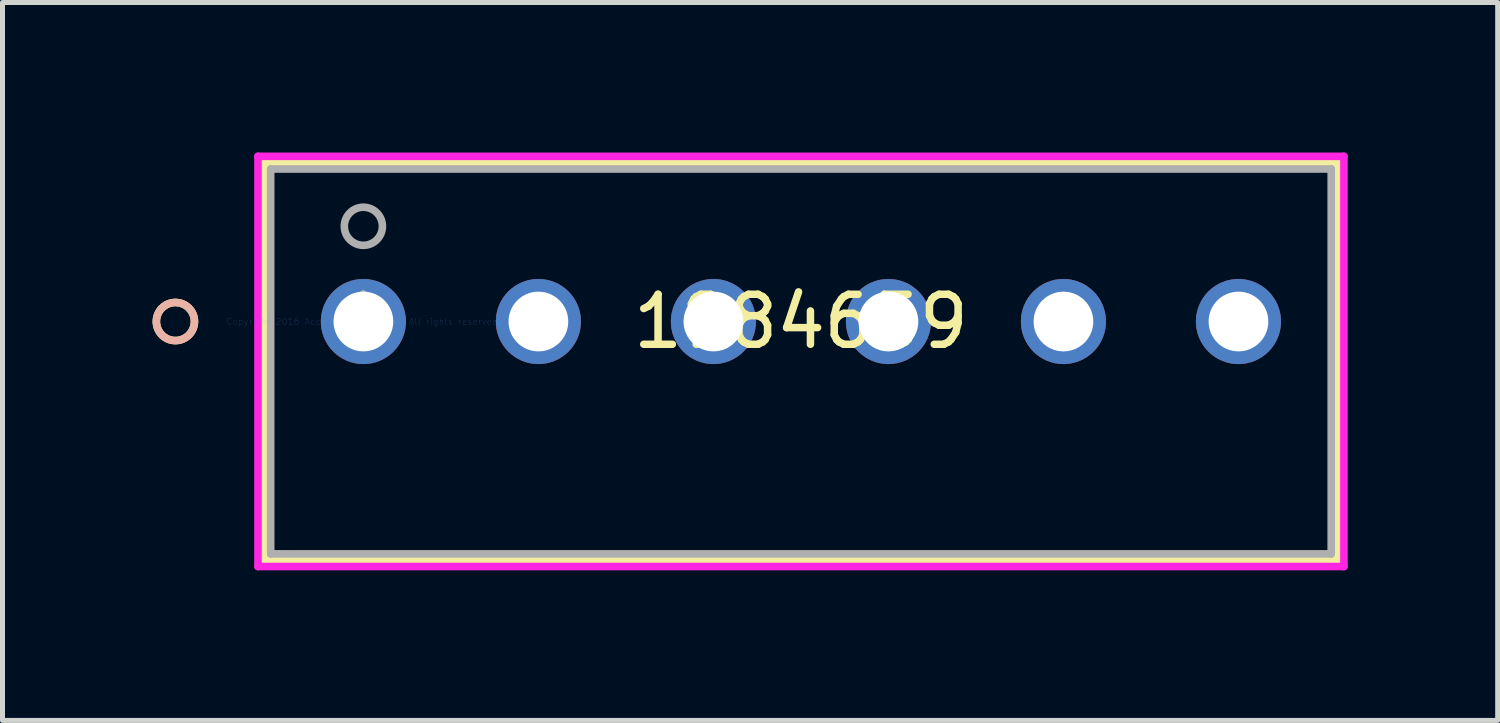
<source format=kicad_pcb>
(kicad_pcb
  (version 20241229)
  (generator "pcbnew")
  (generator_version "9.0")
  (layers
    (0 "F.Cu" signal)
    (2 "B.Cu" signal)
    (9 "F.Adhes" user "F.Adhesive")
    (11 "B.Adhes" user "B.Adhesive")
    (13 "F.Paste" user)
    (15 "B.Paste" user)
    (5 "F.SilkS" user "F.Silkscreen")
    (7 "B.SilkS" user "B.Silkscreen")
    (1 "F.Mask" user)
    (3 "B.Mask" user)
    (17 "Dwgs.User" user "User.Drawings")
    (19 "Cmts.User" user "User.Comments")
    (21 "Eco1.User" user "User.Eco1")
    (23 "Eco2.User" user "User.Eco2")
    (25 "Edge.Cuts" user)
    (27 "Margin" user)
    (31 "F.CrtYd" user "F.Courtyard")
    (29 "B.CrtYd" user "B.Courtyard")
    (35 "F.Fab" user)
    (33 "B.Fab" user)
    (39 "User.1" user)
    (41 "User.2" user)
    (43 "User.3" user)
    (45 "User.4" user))
  (footprint "1984659"
    (layer "F.Cu")
    (at 4.217 3.38)
    (property "Reference" "1984659" (at 8.75 0 0) (layer "F.SilkS") (effects (font (size 1 1) (thickness 0.15))))
    (attr through_hole)
    (fp_line (start -1.981 -3.177) (end -1.981 4.773) (stroke (width 0.152) (type solid)) (layer "F.SilkS"))
    (fp_line (start -1.981 4.773) (end 19.482 4.773) (stroke (width 0.152) (type solid)) (layer "F.SilkS"))
    (fp_line (start 19.482 -3.177) (end -1.981 -3.177) (stroke (width 0.152) (type solid)) (layer "F.SilkS"))
    (fp_line (start 19.482 4.773) (end 19.482 -3.177) (stroke (width 0.152) (type solid)) (layer "F.SilkS"))
    (fp_circle (center -3.759 0) (end -3.378 0) (stroke (width 0.152) (type solid)) (fill no) (layer "F.SilkS"))
    (fp_circle (center -3.759 0) (end -3.378 0) (stroke (width 0.152) (type solid)) (fill no) (layer "B.SilkS"))
    (fp_line (start -2.108 -3.304) (end -2.108 4.9) (stroke (width 0.152) (type solid)) (layer "F.CrtYd"))
    (fp_line (start -2.108 4.9) (end 19.609 4.9) (stroke (width 0.152) (type solid)) (layer "F.CrtYd"))
    (fp_line (start 19.609 -3.304) (end -2.108 -3.304) (stroke (width 0.152) (type solid)) (layer "F.CrtYd"))
    (fp_line (start 19.609 4.9) (end 19.609 -3.304) (stroke (width 0.152) (type solid)) (layer "F.CrtYd"))
    (fp_line (start -1.854 -3.05) (end -1.854 4.646) (stroke (width 0.152) (type solid)) (layer "F.Fab"))
    (fp_line (start -1.854 4.646) (end 19.355 4.646) (stroke (width 0.152) (type solid)) (layer "F.Fab"))
    (fp_line (start 19.355 -3.05) (end -1.854 -3.05) (stroke (width 0.152) (type solid)) (layer "F.Fab"))
    (fp_line (start 19.355 4.646) (end 19.355 -3.05) (stroke (width 0.152) (type solid)) (layer "F.Fab"))
    (fp_circle (center 0 -1.905) (end 0.381 -1.905) (stroke (width 0.152) (type solid)) (fill no) (layer "F.Fab"))
    (fp_text user "*" (at 0 0 0) (layer "F.SilkS") (effects (font (size 1 1) (thickness 0.15))))
    (fp_text user "Copyright 2016 Accelerated Designs. All rights reserved." (at 0 0 0) (layer "Cmts.User") (effects (font (size 0.127 0.127) (thickness 0.002))))
    (fp_text user "*" (at 0 0 0) (layer "F.Fab") (effects (font (size 1 1) (thickness 0.15))))
    (pad "1" thru_hole circle (at 0 0) (size 1.702 1.702) (drill 1.194) (layers "*.Cu" "*.Mask"))
    (pad "2" thru_hole circle (at 3.5 0) (size 1.702 1.702) (drill 1.194) (layers "*.Cu" "*.Mask"))
    (pad "3" thru_hole circle (at 7 0) (size 1.702 1.702) (drill 1.194) (layers "*.Cu" "*.Mask"))
    (pad "4" thru_hole circle (at 10.5 0) (size 1.702 1.702) (drill 1.194) (layers "*.Cu" "*.Mask"))
    (pad "5" thru_hole circle (at 14 0) (size 1.702 1.702) (drill 1.194) (layers "*.Cu" "*.Mask"))
    (pad "6" thru_hole circle (at 17.5 0) (size 1.702 1.702) (drill 1.194) (layers "*.Cu" "*.Mask")))
  (gr_rect
    (start -3 -3)
    (end 26.901 11.357)
    (stroke (width 0.1) (type default))
    (fill no)
    (layer "Edge.Cuts")))
</source>
